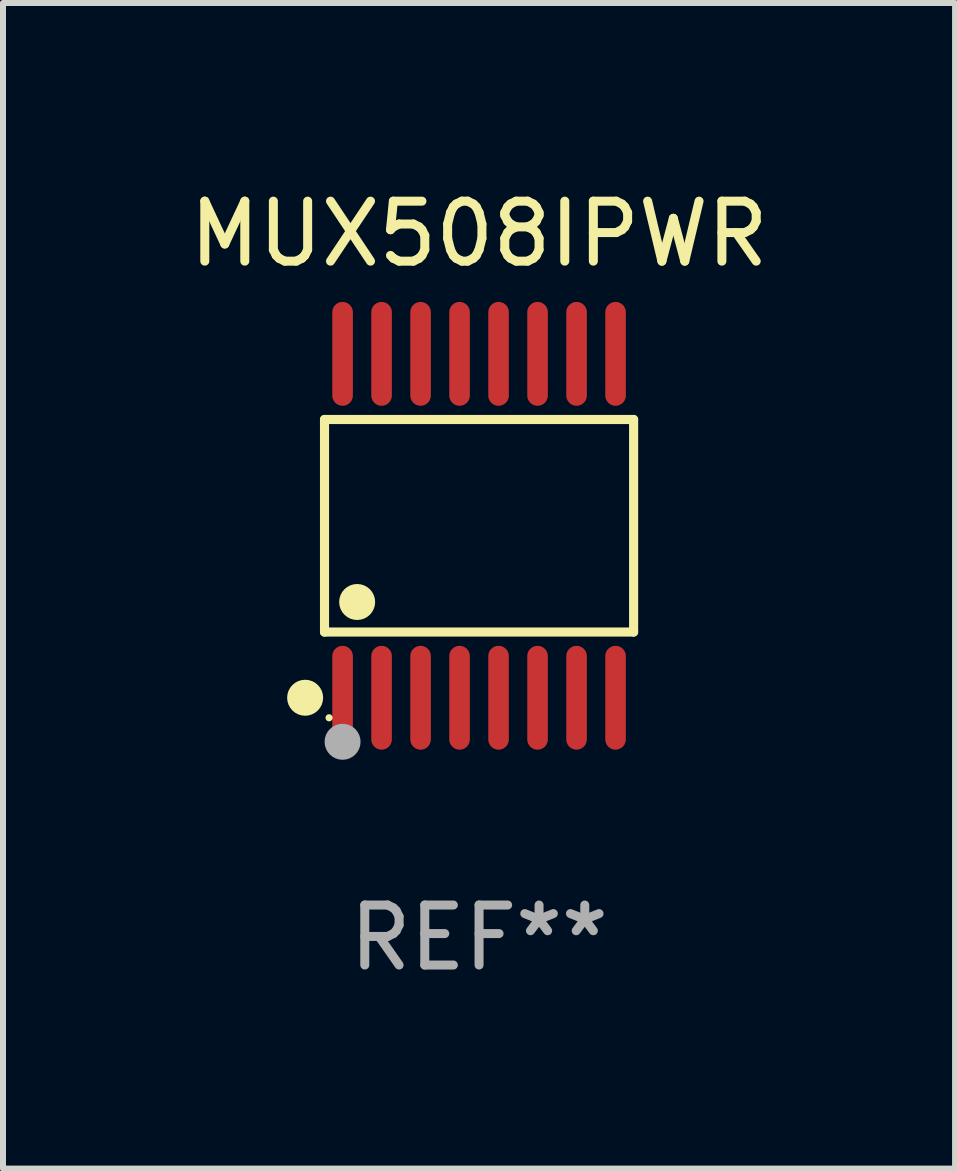
<source format=kicad_pcb>
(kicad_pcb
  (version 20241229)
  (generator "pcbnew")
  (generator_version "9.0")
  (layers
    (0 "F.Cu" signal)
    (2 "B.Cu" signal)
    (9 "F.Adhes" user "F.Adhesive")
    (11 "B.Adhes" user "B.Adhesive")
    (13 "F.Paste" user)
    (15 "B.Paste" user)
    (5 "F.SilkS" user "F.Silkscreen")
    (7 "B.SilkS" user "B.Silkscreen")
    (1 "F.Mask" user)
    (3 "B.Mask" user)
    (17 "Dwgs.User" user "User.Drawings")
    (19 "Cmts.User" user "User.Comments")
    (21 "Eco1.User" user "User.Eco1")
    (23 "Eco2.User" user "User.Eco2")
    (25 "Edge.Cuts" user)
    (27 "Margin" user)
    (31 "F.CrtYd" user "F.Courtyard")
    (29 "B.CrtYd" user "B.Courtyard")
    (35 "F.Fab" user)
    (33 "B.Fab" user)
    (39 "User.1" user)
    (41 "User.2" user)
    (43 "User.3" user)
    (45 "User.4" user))
  (footprint "MUX508IPWR"
    (layer "F.Cu")
    (at 4.935 5.714)
    (property "Reference" "MUX508IPWR" (at 0 -4.866 0) (layer "F.SilkS") (effects (font (size 1 1) (thickness 0.15))))
    (attr through_hole)
    (fp_line (start -2.576 -1.772) (end 2.576 -1.772) (stroke (width 0.152) (type solid)) (layer "F.SilkS"))
    (fp_line (start -2.576 1.771) (end -2.576 -1.772) (stroke (width 0.152) (type solid)) (layer "F.SilkS"))
    (fp_line (start 2.576 -1.772) (end 2.576 1.771) (stroke (width 0.152) (type solid)) (layer "F.SilkS"))
    (fp_line (start 2.576 1.771) (end -2.576 1.771) (stroke (width 0.152) (type solid)) (layer "F.SilkS"))
    (fp_circle (center -2.899 2.866) (end -2.749 2.866) (stroke (width 0.3) (type solid)) (fill no) (layer "F.SilkS"))
    (fp_circle (center -2.5 3.2) (end -2.47 3.2) (stroke (width 0.06) (type solid)) (fill no) (layer "F.SilkS"))
    (fp_circle (center -2.032 1.27) (end -1.882 1.27) (stroke (width 0.3) (type solid)) (fill no) (layer "F.SilkS"))
    (fp_circle (center -2.275 3.6) (end -2.125 3.6) (stroke (width 0.3) (type solid)) (fill no) (layer "F.Fab"))
    (fp_text user "REF**" (at 0 6.866 0) (layer "F.Fab") (effects (font (size 1 1) (thickness 0.15))))
    (pad "1" smd oval (at -2.275 2.866) (size 0.343 1.731) (layers "F.Cu" "F.Mask" "F.Paste"))
    (pad "2" smd oval (at -1.625 2.866) (size 0.343 1.731) (layers "F.Cu" "F.Mask" "F.Paste"))
    (pad "3" smd oval (at -0.975 2.866) (size 0.343 1.731) (layers "F.Cu" "F.Mask" "F.Paste"))
    (pad "4" smd oval (at -0.325 2.866) (size 0.343 1.731) (layers "F.Cu" "F.Mask" "F.Paste"))
    (pad "5" smd oval (at 0.325 2.866) (size 0.343 1.731) (layers "F.Cu" "F.Mask" "F.Paste"))
    (pad "6" smd oval (at 0.975 2.866) (size 0.343 1.731) (layers "F.Cu" "F.Mask" "F.Paste"))
    (pad "7" smd oval (at 1.625 2.866) (size 0.343 1.731) (layers "F.Cu" "F.Mask" "F.Paste"))
    (pad "8" smd oval (at 2.275 2.866) (size 0.343 1.731) (layers "F.Cu" "F.Mask" "F.Paste"))
    (pad "9" smd oval (at 2.275 -2.866) (size 0.343 1.731) (layers "F.Cu" "F.Mask" "F.Paste"))
    (pad "10" smd oval (at 1.625 -2.866) (size 0.343 1.731) (layers "F.Cu" "F.Mask" "F.Paste"))
    (pad "11" smd oval (at 0.975 -2.866) (size 0.343 1.731) (layers "F.Cu" "F.Mask" "F.Paste"))
    (pad "12" smd oval (at 0.325 -2.866) (size 0.343 1.731) (layers "F.Cu" "F.Mask" "F.Paste"))
    (pad "13" smd oval (at -0.325 -2.866) (size 0.343 1.731) (layers "F.Cu" "F.Mask" "F.Paste"))
    (pad "14" smd oval (at -0.975 -2.866) (size 0.343 1.731) (layers "F.Cu" "F.Mask" "F.Paste"))
    (pad "15" smd oval (at -1.625 -2.866) (size 0.343 1.731) (layers "F.Cu" "F.Mask" "F.Paste"))
    (pad "16" smd oval (at -2.275 -2.866) (size 0.343 1.731) (layers "F.Cu" "F.Mask" "F.Paste")))
  (gr_rect
    (start -3 -3)
    (end 12.869 16.428)
    (stroke (width 0.1) (type default))
    (fill no)
    (layer "Edge.Cuts")))
</source>
